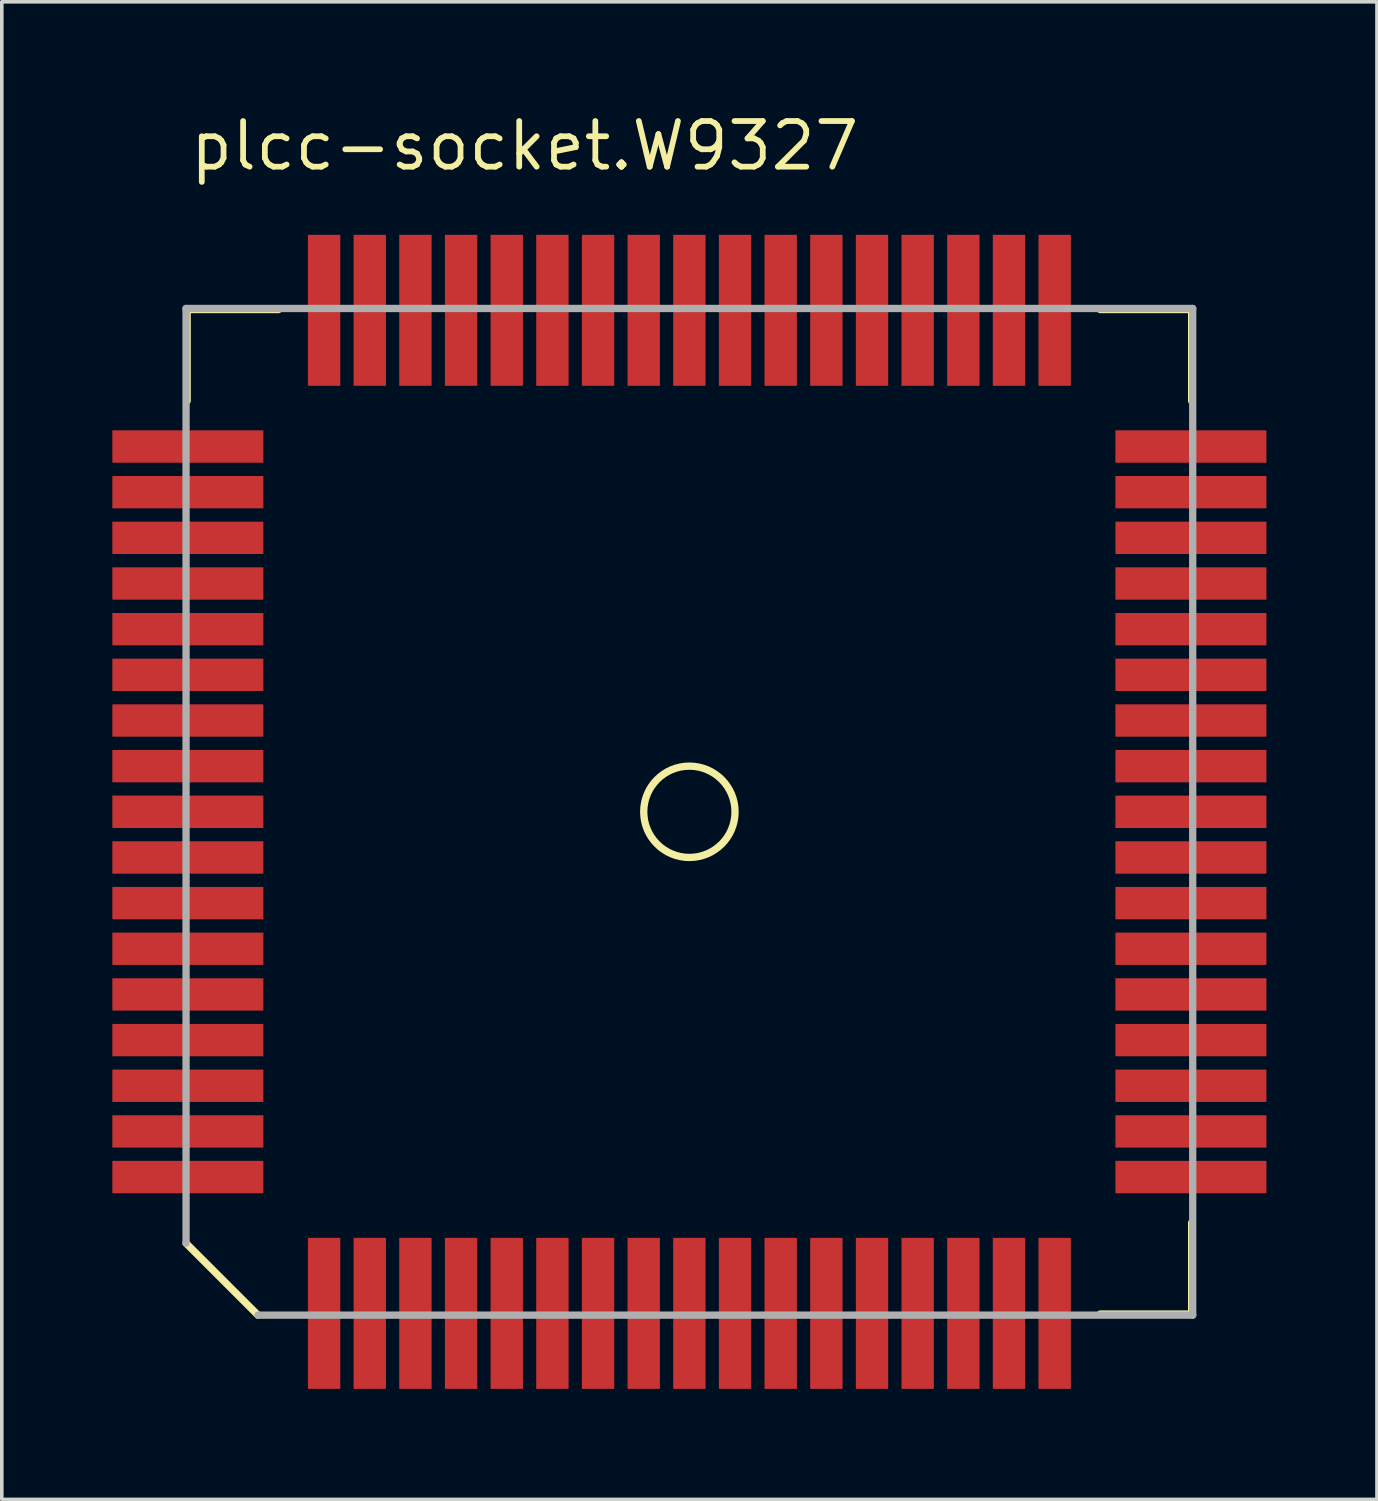
<source format=kicad_pcb>
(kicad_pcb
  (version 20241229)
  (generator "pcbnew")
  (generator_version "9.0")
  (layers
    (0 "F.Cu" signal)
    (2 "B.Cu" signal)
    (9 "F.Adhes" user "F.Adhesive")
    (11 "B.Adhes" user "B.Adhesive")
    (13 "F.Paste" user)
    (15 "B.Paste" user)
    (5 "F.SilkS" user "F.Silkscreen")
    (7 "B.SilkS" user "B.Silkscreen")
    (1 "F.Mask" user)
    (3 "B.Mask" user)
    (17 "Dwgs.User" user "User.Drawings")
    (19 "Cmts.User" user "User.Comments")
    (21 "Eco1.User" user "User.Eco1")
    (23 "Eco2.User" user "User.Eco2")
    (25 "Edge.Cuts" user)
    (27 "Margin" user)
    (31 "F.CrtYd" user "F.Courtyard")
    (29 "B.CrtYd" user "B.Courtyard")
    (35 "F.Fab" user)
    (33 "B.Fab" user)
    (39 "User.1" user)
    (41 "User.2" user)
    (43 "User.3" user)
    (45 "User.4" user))
  (footprint "plcc-socket.W9327"
    (layer "F.Cu")
    (at 16.125 19.53)
    (property "Reference" "plcc-socket.W9327" (at -13.97 -17.78 0) (layer "F.SilkS") (effects (font (size 1.27 1.27) (thickness 0.16)) (justify left bottom)))
    (attr smd)
    (fp_rect (start -16.1 -9.66) (end -11.8 -10.66) (stroke (width 0.05) (type default)) (fill yes) (layer "F.Mask"))
    (fp_rect (start -16.1 -8.39) (end -11.8 -9.39) (stroke (width 0.05) (type default)) (fill yes) (layer "F.Mask"))
    (fp_rect (start -16.1 -7.12) (end -11.8 -8.12) (stroke (width 0.05) (type default)) (fill yes) (layer "F.Mask"))
    (fp_rect (start -16.1 -5.85) (end -11.8 -6.85) (stroke (width 0.05) (type default)) (fill yes) (layer "F.Mask"))
    (fp_rect (start -16.1 -4.58) (end -11.8 -5.58) (stroke (width 0.05) (type default)) (fill yes) (layer "F.Mask"))
    (fp_rect (start -16.1 -3.31) (end -11.8 -4.31) (stroke (width 0.05) (type default)) (fill yes) (layer "F.Mask"))
    (fp_rect (start -16.1 -2.04) (end -11.8 -3.04) (stroke (width 0.05) (type default)) (fill yes) (layer "F.Mask"))
    (fp_rect (start -16.1 -0.77) (end -11.8 -1.77) (stroke (width 0.05) (type default)) (fill yes) (layer "F.Mask"))
    (fp_rect (start -16.1 0.5) (end -11.8 -0.5) (stroke (width 0.05) (type default)) (fill yes) (layer "F.Mask"))
    (fp_rect (start -16.1 1.77) (end -11.8 0.77) (stroke (width 0.05) (type default)) (fill yes) (layer "F.Mask"))
    (fp_rect (start -16.1 3.04) (end -11.8 2.04) (stroke (width 0.05) (type default)) (fill yes) (layer "F.Mask"))
    (fp_rect (start -16.1 4.31) (end -11.8 3.31) (stroke (width 0.05) (type default)) (fill yes) (layer "F.Mask"))
    (fp_rect (start -16.1 5.58) (end -11.8 4.58) (stroke (width 0.05) (type default)) (fill yes) (layer "F.Mask"))
    (fp_rect (start -16.1 6.85) (end -11.8 5.85) (stroke (width 0.05) (type default)) (fill yes) (layer "F.Mask"))
    (fp_rect (start -16.1 8.12) (end -11.8 7.12) (stroke (width 0.05) (type default)) (fill yes) (layer "F.Mask"))
    (fp_rect (start -16.1 9.39) (end -11.8 8.39) (stroke (width 0.05) (type default)) (fill yes) (layer "F.Mask"))
    (fp_rect (start -16.1 10.66) (end -11.8 9.66) (stroke (width 0.05) (type default)) (fill yes) (layer "F.Mask"))
    (fp_rect (start -10.66 -11.8) (end -9.66 -16.1) (stroke (width 0.05) (type default)) (fill yes) (layer "F.Mask"))
    (fp_rect (start -10.66 16.1) (end -9.66 11.8) (stroke (width 0.05) (type default)) (fill yes) (layer "F.Mask"))
    (fp_rect (start -9.39 -11.8) (end -8.39 -16.1) (stroke (width 0.05) (type default)) (fill yes) (layer "F.Mask"))
    (fp_rect (start -9.39 16.1) (end -8.39 11.8) (stroke (width 0.05) (type default)) (fill yes) (layer "F.Mask"))
    (fp_rect (start -8.12 -11.8) (end -7.12 -16.1) (stroke (width 0.05) (type default)) (fill yes) (layer "F.Mask"))
    (fp_rect (start -8.12 16.1) (end -7.12 11.8) (stroke (width 0.05) (type default)) (fill yes) (layer "F.Mask"))
    (fp_rect (start -6.85 -11.8) (end -5.85 -16.1) (stroke (width 0.05) (type default)) (fill yes) (layer "F.Mask"))
    (fp_rect (start -6.85 16.1) (end -5.85 11.8) (stroke (width 0.05) (type default)) (fill yes) (layer "F.Mask"))
    (fp_rect (start -5.58 -11.8) (end -4.58 -16.1) (stroke (width 0.05) (type default)) (fill yes) (layer "F.Mask"))
    (fp_rect (start -5.58 16.1) (end -4.58 11.8) (stroke (width 0.05) (type default)) (fill yes) (layer "F.Mask"))
    (fp_rect (start -4.31 -11.8) (end -3.31 -16.1) (stroke (width 0.05) (type default)) (fill yes) (layer "F.Mask"))
    (fp_rect (start -4.31 16.1) (end -3.31 11.8) (stroke (width 0.05) (type default)) (fill yes) (layer "F.Mask"))
    (fp_rect (start -3.04 -11.8) (end -2.04 -16.1) (stroke (width 0.05) (type default)) (fill yes) (layer "F.Mask"))
    (fp_rect (start -3.04 16.1) (end -2.04 11.8) (stroke (width 0.05) (type default)) (fill yes) (layer "F.Mask"))
    (fp_rect (start -1.77 -11.8) (end -0.77 -16.1) (stroke (width 0.05) (type default)) (fill yes) (layer "F.Mask"))
    (fp_rect (start -1.77 16.1) (end -0.77 11.8) (stroke (width 0.05) (type default)) (fill yes) (layer "F.Mask"))
    (fp_rect (start -0.5 -11.8) (end 0.5 -16.1) (stroke (width 0.05) (type default)) (fill yes) (layer "F.Mask"))
    (fp_rect (start -0.5 16.1) (end 0.5 11.8) (stroke (width 0.05) (type default)) (fill yes) (layer "F.Mask"))
    (fp_rect (start 0.77 -11.8) (end 1.77 -16.1) (stroke (width 0.05) (type default)) (fill yes) (layer "F.Mask"))
    (fp_rect (start 0.77 16.1) (end 1.77 11.8) (stroke (width 0.05) (type default)) (fill yes) (layer "F.Mask"))
    (fp_rect (start 2.04 -11.8) (end 3.04 -16.1) (stroke (width 0.05) (type default)) (fill yes) (layer "F.Mask"))
    (fp_rect (start 2.04 16.1) (end 3.04 11.8) (stroke (width 0.05) (type default)) (fill yes) (layer "F.Mask"))
    (fp_rect (start 3.31 -11.8) (end 4.31 -16.1) (stroke (width 0.05) (type default)) (fill yes) (layer "F.Mask"))
    (fp_rect (start 3.31 16.1) (end 4.31 11.8) (stroke (width 0.05) (type default)) (fill yes) (layer "F.Mask"))
    (fp_rect (start 4.58 -11.8) (end 5.58 -16.1) (stroke (width 0.05) (type default)) (fill yes) (layer "F.Mask"))
    (fp_rect (start 4.58 16.1) (end 5.58 11.8) (stroke (width 0.05) (type default)) (fill yes) (layer "F.Mask"))
    (fp_rect (start 5.85 -11.8) (end 6.85 -16.1) (stroke (width 0.05) (type default)) (fill yes) (layer "F.Mask"))
    (fp_rect (start 5.85 16.1) (end 6.85 11.8) (stroke (width 0.05) (type default)) (fill yes) (layer "F.Mask"))
    (fp_rect (start 7.12 -11.8) (end 8.12 -16.1) (stroke (width 0.05) (type default)) (fill yes) (layer "F.Mask"))
    (fp_rect (start 7.12 16.1) (end 8.12 11.8) (stroke (width 0.05) (type default)) (fill yes) (layer "F.Mask"))
    (fp_rect (start 8.39 -11.8) (end 9.39 -16.1) (stroke (width 0.05) (type default)) (fill yes) (layer "F.Mask"))
    (fp_rect (start 8.39 16.1) (end 9.39 11.8) (stroke (width 0.05) (type default)) (fill yes) (layer "F.Mask"))
    (fp_rect (start 9.66 -11.8) (end 10.66 -16.1) (stroke (width 0.05) (type default)) (fill yes) (layer "F.Mask"))
    (fp_rect (start 9.66 16.1) (end 10.66 11.8) (stroke (width 0.05) (type default)) (fill yes) (layer "F.Mask"))
    (fp_rect (start 11.8 -9.66) (end 16.1 -10.66) (stroke (width 0.05) (type default)) (fill yes) (layer "F.Mask"))
    (fp_rect (start 11.8 -8.39) (end 16.1 -9.39) (stroke (width 0.05) (type default)) (fill yes) (layer "F.Mask"))
    (fp_rect (start 11.8 -7.12) (end 16.1 -8.12) (stroke (width 0.05) (type default)) (fill yes) (layer "F.Mask"))
    (fp_rect (start 11.8 -5.85) (end 16.1 -6.85) (stroke (width 0.05) (type default)) (fill yes) (layer "F.Mask"))
    (fp_rect (start 11.8 -4.58) (end 16.1 -5.58) (stroke (width 0.05) (type default)) (fill yes) (layer "F.Mask"))
    (fp_rect (start 11.8 -3.31) (end 16.1 -4.31) (stroke (width 0.05) (type default)) (fill yes) (layer "F.Mask"))
    (fp_rect (start 11.8 -2.04) (end 16.1 -3.04) (stroke (width 0.05) (type default)) (fill yes) (layer "F.Mask"))
    (fp_rect (start 11.8 -0.77) (end 16.1 -1.77) (stroke (width 0.05) (type default)) (fill yes) (layer "F.Mask"))
    (fp_rect (start 11.8 0.5) (end 16.1 -0.5) (stroke (width 0.05) (type default)) (fill yes) (layer "F.Mask"))
    (fp_rect (start 11.8 1.77) (end 16.1 0.77) (stroke (width 0.05) (type default)) (fill yes) (layer "F.Mask"))
    (fp_rect (start 11.8 3.04) (end 16.1 2.04) (stroke (width 0.05) (type default)) (fill yes) (layer "F.Mask"))
    (fp_rect (start 11.8 4.31) (end 16.1 3.31) (stroke (width 0.05) (type default)) (fill yes) (layer "F.Mask"))
    (fp_rect (start 11.8 5.58) (end 16.1 4.58) (stroke (width 0.05) (type default)) (fill yes) (layer "F.Mask"))
    (fp_rect (start 11.8 6.85) (end 16.1 5.85) (stroke (width 0.05) (type default)) (fill yes) (layer "F.Mask"))
    (fp_rect (start 11.8 8.12) (end 16.1 7.12) (stroke (width 0.05) (type default)) (fill yes) (layer "F.Mask"))
    (fp_rect (start 11.8 9.39) (end 16.1 8.39) (stroke (width 0.05) (type default)) (fill yes) (layer "F.Mask"))
    (fp_rect (start 11.8 10.66) (end 16.1 9.66) (stroke (width 0.05) (type default)) (fill yes) (layer "F.Mask"))
    (fp_line (start -13.97 -13.97) (end -11.43 -13.97) (stroke (width 0.203) (type default)) (layer "F.SilkS"))
    (fp_line (start -13.97 -11.43) (end -13.97 -13.97) (stroke (width 0.203) (type default)) (layer "F.SilkS"))
    (fp_line (start -12 14) (end -14 12) (stroke (width 0.203) (type default)) (layer "F.SilkS"))
    (fp_line (start 11.43 -13.97) (end 13.97 -13.97) (stroke (width 0.203) (type default)) (layer "F.SilkS"))
    (fp_line (start 13.97 -13.97) (end 13.97 -11.43) (stroke (width 0.203) (type default)) (layer "F.SilkS"))
    (fp_line (start 13.97 11.43) (end 13.97 13.97) (stroke (width 0.203) (type default)) (layer "F.SilkS"))
    (fp_line (start 13.97 13.97) (end 11.43 13.97) (stroke (width 0.203) (type default)) (layer "F.SilkS"))
    (fp_circle (center 0 0) (end 1.27 0) (stroke (width 0.203) (type default)) (fill no) (layer "F.SilkS"))
    (fp_rect (start -16 -9.735) (end -11.9 -10.585) (stroke (width 0.05) (type default)) (fill yes) (layer "F.Paste"))
    (fp_rect (start -16 -8.465) (end -11.9 -9.315) (stroke (width 0.05) (type default)) (fill yes) (layer "F.Paste"))
    (fp_rect (start -16 -7.195) (end -11.9 -8.045) (stroke (width 0.05) (type default)) (fill yes) (layer "F.Paste"))
    (fp_rect (start -16 -5.925) (end -11.9 -6.775) (stroke (width 0.05) (type default)) (fill yes) (layer "F.Paste"))
    (fp_rect (start -16 -4.655) (end -11.9 -5.505) (stroke (width 0.05) (type default)) (fill yes) (layer "F.Paste"))
    (fp_rect (start -16 -3.385) (end -11.9 -4.235) (stroke (width 0.05) (type default)) (fill yes) (layer "F.Paste"))
    (fp_rect (start -16 -2.115) (end -11.9 -2.965) (stroke (width 0.05) (type default)) (fill yes) (layer "F.Paste"))
    (fp_rect (start -16 -0.845) (end -11.9 -1.695) (stroke (width 0.05) (type default)) (fill yes) (layer "F.Paste"))
    (fp_rect (start -16 0.425) (end -11.9 -0.425) (stroke (width 0.05) (type default)) (fill yes) (layer "F.Paste"))
    (fp_rect (start -16 1.695) (end -11.9 0.845) (stroke (width 0.05) (type default)) (fill yes) (layer "F.Paste"))
    (fp_rect (start -16 2.965) (end -11.9 2.115) (stroke (width 0.05) (type default)) (fill yes) (layer "F.Paste"))
    (fp_rect (start -16 4.235) (end -11.9 3.385) (stroke (width 0.05) (type default)) (fill yes) (layer "F.Paste"))
    (fp_rect (start -16 5.505) (end -11.9 4.655) (stroke (width 0.05) (type default)) (fill yes) (layer "F.Paste"))
    (fp_rect (start -16 6.775) (end -11.9 5.925) (stroke (width 0.05) (type default)) (fill yes) (layer "F.Paste"))
    (fp_rect (start -16 8.045) (end -11.9 7.195) (stroke (width 0.05) (type default)) (fill yes) (layer "F.Paste"))
    (fp_rect (start -16 9.315) (end -11.9 8.465) (stroke (width 0.05) (type default)) (fill yes) (layer "F.Paste"))
    (fp_rect (start -16 10.585) (end -11.9 9.735) (stroke (width 0.05) (type default)) (fill yes) (layer "F.Paste"))
    (fp_rect (start -10.585 -11.9) (end -9.735 -16) (stroke (width 0.05) (type default)) (fill yes) (layer "F.Paste"))
    (fp_rect (start -10.585 16) (end -9.735 11.9) (stroke (width 0.05) (type default)) (fill yes) (layer "F.Paste"))
    (fp_rect (start -9.315 -11.9) (end -8.465 -16) (stroke (width 0.05) (type default)) (fill yes) (layer "F.Paste"))
    (fp_rect (start -9.315 16) (end -8.465 11.9) (stroke (width 0.05) (type default)) (fill yes) (layer "F.Paste"))
    (fp_rect (start -8.045 -11.9) (end -7.195 -16) (stroke (width 0.05) (type default)) (fill yes) (layer "F.Paste"))
    (fp_rect (start -8.045 16) (end -7.195 11.9) (stroke (width 0.05) (type default)) (fill yes) (layer "F.Paste"))
    (fp_rect (start -6.775 -11.9) (end -5.925 -16) (stroke (width 0.05) (type default)) (fill yes) (layer "F.Paste"))
    (fp_rect (start -6.775 16) (end -5.925 11.9) (stroke (width 0.05) (type default)) (fill yes) (layer "F.Paste"))
    (fp_rect (start -5.505 -11.9) (end -4.655 -16) (stroke (width 0.05) (type default)) (fill yes) (layer "F.Paste"))
    (fp_rect (start -5.505 16) (end -4.655 11.9) (stroke (width 0.05) (type default)) (fill yes) (layer "F.Paste"))
    (fp_rect (start -4.235 -11.9) (end -3.385 -16) (stroke (width 0.05) (type default)) (fill yes) (layer "F.Paste"))
    (fp_rect (start -4.235 16) (end -3.385 11.9) (stroke (width 0.05) (type default)) (fill yes) (layer "F.Paste"))
    (fp_rect (start -2.965 -11.9) (end -2.115 -16) (stroke (width 0.05) (type default)) (fill yes) (layer "F.Paste"))
    (fp_rect (start -2.965 16) (end -2.115 11.9) (stroke (width 0.05) (type default)) (fill yes) (layer "F.Paste"))
    (fp_rect (start -1.695 -11.9) (end -0.845 -16) (stroke (width 0.05) (type default)) (fill yes) (layer "F.Paste"))
    (fp_rect (start -1.695 16) (end -0.845 11.9) (stroke (width 0.05) (type default)) (fill yes) (layer "F.Paste"))
    (fp_rect (start -0.425 -11.9) (end 0.425 -16) (stroke (width 0.05) (type default)) (fill yes) (layer "F.Paste"))
    (fp_rect (start -0.425 16) (end 0.425 11.9) (stroke (width 0.05) (type default)) (fill yes) (layer "F.Paste"))
    (fp_rect (start 0.845 -11.9) (end 1.695 -16) (stroke (width 0.05) (type default)) (fill yes) (layer "F.Paste"))
    (fp_rect (start 0.845 16) (end 1.695 11.9) (stroke (width 0.05) (type default)) (fill yes) (layer "F.Paste"))
    (fp_rect (start 2.115 -11.9) (end 2.965 -16) (stroke (width 0.05) (type default)) (fill yes) (layer "F.Paste"))
    (fp_rect (start 2.115 16) (end 2.965 11.9) (stroke (width 0.05) (type default)) (fill yes) (layer "F.Paste"))
    (fp_rect (start 3.385 -11.9) (end 4.235 -16) (stroke (width 0.05) (type default)) (fill yes) (layer "F.Paste"))
    (fp_rect (start 3.385 16) (end 4.235 11.9) (stroke (width 0.05) (type default)) (fill yes) (layer "F.Paste"))
    (fp_rect (start 4.655 -11.9) (end 5.505 -16) (stroke (width 0.05) (type default)) (fill yes) (layer "F.Paste"))
    (fp_rect (start 4.655 16) (end 5.505 11.9) (stroke (width 0.05) (type default)) (fill yes) (layer "F.Paste"))
    (fp_rect (start 5.925 -11.9) (end 6.775 -16) (stroke (width 0.05) (type default)) (fill yes) (layer "F.Paste"))
    (fp_rect (start 5.925 16) (end 6.775 11.9) (stroke (width 0.05) (type default)) (fill yes) (layer "F.Paste"))
    (fp_rect (start 7.195 -11.9) (end 8.045 -16) (stroke (width 0.05) (type default)) (fill yes) (layer "F.Paste"))
    (fp_rect (start 7.195 16) (end 8.045 11.9) (stroke (width 0.05) (type default)) (fill yes) (layer "F.Paste"))
    (fp_rect (start 8.465 -11.9) (end 9.315 -16) (stroke (width 0.05) (type default)) (fill yes) (layer "F.Paste"))
    (fp_rect (start 8.465 16) (end 9.315 11.9) (stroke (width 0.05) (type default)) (fill yes) (layer "F.Paste"))
    (fp_rect (start 9.735 -11.9) (end 10.585 -16) (stroke (width 0.05) (type default)) (fill yes) (layer "F.Paste"))
    (fp_rect (start 9.735 16) (end 10.585 11.9) (stroke (width 0.05) (type default)) (fill yes) (layer "F.Paste"))
    (fp_rect (start 11.9 -9.735) (end 16 -10.585) (stroke (width 0.05) (type default)) (fill yes) (layer "F.Paste"))
    (fp_rect (start 11.9 -8.465) (end 16 -9.315) (stroke (width 0.05) (type default)) (fill yes) (layer "F.Paste"))
    (fp_rect (start 11.9 -7.195) (end 16 -8.045) (stroke (width 0.05) (type default)) (fill yes) (layer "F.Paste"))
    (fp_rect (start 11.9 -5.925) (end 16 -6.775) (stroke (width 0.05) (type default)) (fill yes) (layer "F.Paste"))
    (fp_rect (start 11.9 -4.655) (end 16 -5.505) (stroke (width 0.05) (type default)) (fill yes) (layer "F.Paste"))
    (fp_rect (start 11.9 -3.385) (end 16 -4.235) (stroke (width 0.05) (type default)) (fill yes) (layer "F.Paste"))
    (fp_rect (start 11.9 -2.115) (end 16 -2.965) (stroke (width 0.05) (type default)) (fill yes) (layer "F.Paste"))
    (fp_rect (start 11.9 -0.845) (end 16 -1.695) (stroke (width 0.05) (type default)) (fill yes) (layer "F.Paste"))
    (fp_rect (start 11.9 0.425) (end 16 -0.425) (stroke (width 0.05) (type default)) (fill yes) (layer "F.Paste"))
    (fp_rect (start 11.9 1.695) (end 16 0.845) (stroke (width 0.05) (type default)) (fill yes) (layer "F.Paste"))
    (fp_rect (start 11.9 2.965) (end 16 2.115) (stroke (width 0.05) (type default)) (fill yes) (layer "F.Paste"))
    (fp_rect (start 11.9 4.235) (end 16 3.385) (stroke (width 0.05) (type default)) (fill yes) (layer "F.Paste"))
    (fp_rect (start 11.9 5.505) (end 16 4.655) (stroke (width 0.05) (type default)) (fill yes) (layer "F.Paste"))
    (fp_rect (start 11.9 6.775) (end 16 5.925) (stroke (width 0.05) (type default)) (fill yes) (layer "F.Paste"))
    (fp_rect (start 11.9 8.045) (end 16 7.195) (stroke (width 0.05) (type default)) (fill yes) (layer "F.Paste"))
    (fp_rect (start 11.9 9.315) (end 16 8.465) (stroke (width 0.05) (type default)) (fill yes) (layer "F.Paste"))
    (fp_rect (start 11.9 10.585) (end 16 9.735) (stroke (width 0.05) (type default)) (fill yes) (layer "F.Paste"))
    (fp_line (start -14 -14) (end 14 -14) (stroke (width 0.203) (type default)) (layer "F.Fab"))
    (fp_line (start -14 12) (end -14 -14) (stroke (width 0.203) (type default)) (layer "F.Fab"))
    (fp_line (start 14 -14) (end 14 14) (stroke (width 0.203) (type default)) (layer "F.Fab"))
    (fp_line (start 14 14) (end -12 14) (stroke (width 0.203) (type default)) (layer "F.Fab"))
    (pad "1" smd roundrect (at -13.95 0) (size 4.2 0.9) (layers "F.Cu" "F.Mask" "F.Paste") (roundrect_rratio 0.01))
    (pad "2" smd roundrect (at -13.95 1.27) (size 4.2 0.9) (layers "F.Cu" "F.Mask" "F.Paste") (roundrect_rratio 0.01))
    (pad "3" smd roundrect (at -13.95 2.54) (size 4.2 0.9) (layers "F.Cu" "F.Mask" "F.Paste") (roundrect_rratio 0.01))
    (pad "4" smd roundrect (at -13.95 3.81) (size 4.2 0.9) (layers "F.Cu" "F.Mask" "F.Paste") (roundrect_rratio 0.01))
    (pad "5" smd roundrect (at -13.95 5.08) (size 4.2 0.9) (layers "F.Cu" "F.Mask" "F.Paste") (roundrect_rratio 0.01))
    (pad "6" smd roundrect (at -13.95 6.35) (size 4.2 0.9) (layers "F.Cu" "F.Mask" "F.Paste") (roundrect_rratio 0.01))
    (pad "7" smd roundrect (at -13.95 7.62) (size 4.2 0.9) (layers "F.Cu" "F.Mask" "F.Paste") (roundrect_rratio 0.01))
    (pad "8" smd roundrect (at -13.95 8.89) (size 4.2 0.9) (layers "F.Cu" "F.Mask" "F.Paste") (roundrect_rratio 0.01))
    (pad "9" smd roundrect (at -13.95 10.16) (size 4.2 0.9) (layers "F.Cu" "F.Mask" "F.Paste") (roundrect_rratio 0.01))
    (pad "10" smd roundrect (at -10.16 13.95 90) (size 4.2 0.9) (layers "F.Cu" "F.Mask" "F.Paste") (roundrect_rratio 0.01))
    (pad "11" smd roundrect (at -8.89 13.95 90) (size 4.2 0.9) (layers "F.Cu" "F.Mask" "F.Paste") (roundrect_rratio 0.01))
    (pad "12" smd roundrect (at -7.62 13.95 90) (size 4.2 0.9) (layers "F.Cu" "F.Mask" "F.Paste") (roundrect_rratio 0.01))
    (pad "13" smd roundrect (at -6.35 13.95 90) (size 4.2 0.9) (layers "F.Cu" "F.Mask" "F.Paste") (roundrect_rratio 0.01))
    (pad "14" smd roundrect (at -5.08 13.95 90) (size 4.2 0.9) (layers "F.Cu" "F.Mask" "F.Paste") (roundrect_rratio 0.01))
    (pad "15" smd roundrect (at -3.81 13.95 90) (size 4.2 0.9) (layers "F.Cu" "F.Mask" "F.Paste") (roundrect_rratio 0.01))
    (pad "16" smd roundrect (at -2.54 13.95 90) (size 4.2 0.9) (layers "F.Cu" "F.Mask" "F.Paste") (roundrect_rratio 0.01))
    (pad "17" smd roundrect (at -1.27 13.95 90) (size 4.2 0.9) (layers "F.Cu" "F.Mask" "F.Paste") (roundrect_rratio 0.01))
    (pad "18" smd roundrect (at 0 13.95 90) (size 4.2 0.9) (layers "F.Cu" "F.Mask" "F.Paste") (roundrect_rratio 0.01))
    (pad "19" smd roundrect (at 1.27 13.95 90) (size 4.2 0.9) (layers "F.Cu" "F.Mask" "F.Paste") (roundrect_rratio 0.01))
    (pad "20" smd roundrect (at 2.54 13.95 90) (size 4.2 0.9) (layers "F.Cu" "F.Mask" "F.Paste") (roundrect_rratio 0.01))
    (pad "21" smd roundrect (at 3.81 13.95 90) (size 4.2 0.9) (layers "F.Cu" "F.Mask" "F.Paste") (roundrect_rratio 0.01))
    (pad "22" smd roundrect (at 5.08 13.95 90) (size 4.2 0.9) (layers "F.Cu" "F.Mask" "F.Paste") (roundrect_rratio 0.01))
    (pad "23" smd roundrect (at 6.35 13.95 90) (size 4.2 0.9) (layers "F.Cu" "F.Mask" "F.Paste") (roundrect_rratio 0.01))
    (pad "24" smd roundrect (at 7.62 13.95 90) (size 4.2 0.9) (layers "F.Cu" "F.Mask" "F.Paste") (roundrect_rratio 0.01))
    (pad "25" smd roundrect (at 8.89 13.95 90) (size 4.2 0.9) (layers "F.Cu" "F.Mask" "F.Paste") (roundrect_rratio 0.01))
    (pad "26" smd roundrect (at 10.16 13.95 90) (size 4.2 0.9) (layers "F.Cu" "F.Mask" "F.Paste") (roundrect_rratio 0.01))
    (pad "27" smd roundrect (at 13.95 10.16 180) (size 4.2 0.9) (layers "F.Cu" "F.Mask" "F.Paste") (roundrect_rratio 0.01))
    (pad "28" smd roundrect (at 13.95 8.89 180) (size 4.2 0.9) (layers "F.Cu" "F.Mask" "F.Paste") (roundrect_rratio 0.01))
    (pad "29" smd roundrect (at 13.95 7.62 180) (size 4.2 0.9) (layers "F.Cu" "F.Mask" "F.Paste") (roundrect_rratio 0.01))
    (pad "30" smd roundrect (at 13.95 6.35 180) (size 4.2 0.9) (layers "F.Cu" "F.Mask" "F.Paste") (roundrect_rratio 0.01))
    (pad "31" smd roundrect (at 13.95 5.08 180) (size 4.2 0.9) (layers "F.Cu" "F.Mask" "F.Paste") (roundrect_rratio 0.01))
    (pad "32" smd roundrect (at 13.95 3.81 180) (size 4.2 0.9) (layers "F.Cu" "F.Mask" "F.Paste") (roundrect_rratio 0.01))
    (pad "33" smd roundrect (at 13.95 2.54 180) (size 4.2 0.9) (layers "F.Cu" "F.Mask" "F.Paste") (roundrect_rratio 0.01))
    (pad "34" smd roundrect (at 13.95 1.27 180) (size 4.2 0.9) (layers "F.Cu" "F.Mask" "F.Paste") (roundrect_rratio 0.01))
    (pad "35" smd roundrect (at 13.95 0 180) (size 4.2 0.9) (layers "F.Cu" "F.Mask" "F.Paste") (roundrect_rratio 0.01))
    (pad "36" smd roundrect (at 13.95 -1.27 180) (size 4.2 0.9) (layers "F.Cu" "F.Mask" "F.Paste") (roundrect_rratio 0.01))
    (pad "37" smd roundrect (at 13.95 -2.54 180) (size 4.2 0.9) (layers "F.Cu" "F.Mask" "F.Paste") (roundrect_rratio 0.01))
    (pad "38" smd roundrect (at 13.95 -3.81 180) (size 4.2 0.9) (layers "F.Cu" "F.Mask" "F.Paste") (roundrect_rratio 0.01))
    (pad "39" smd roundrect (at 13.95 -5.08 180) (size 4.2 0.9) (layers "F.Cu" "F.Mask" "F.Paste") (roundrect_rratio 0.01))
    (pad "40" smd roundrect (at 13.95 -6.35 180) (size 4.2 0.9) (layers "F.Cu" "F.Mask" "F.Paste") (roundrect_rratio 0.01))
    (pad "41" smd roundrect (at 13.95 -7.62 180) (size 4.2 0.9) (layers "F.Cu" "F.Mask" "F.Paste") (roundrect_rratio 0.01))
    (pad "42" smd roundrect (at 13.95 -8.89 180) (size 4.2 0.9) (layers "F.Cu" "F.Mask" "F.Paste") (roundrect_rratio 0.01))
    (pad "43" smd roundrect (at 13.95 -10.16 180) (size 4.2 0.9) (layers "F.Cu" "F.Mask" "F.Paste") (roundrect_rratio 0.01))
    (pad "44" smd roundrect (at 10.16 -13.95 270) (size 4.2 0.9) (layers "F.Cu" "F.Mask" "F.Paste") (roundrect_rratio 0.01))
    (pad "45" smd roundrect (at 8.89 -13.95 270) (size 4.2 0.9) (layers "F.Cu" "F.Mask" "F.Paste") (roundrect_rratio 0.01))
    (pad "46" smd roundrect (at 7.62 -13.95 270) (size 4.2 0.9) (layers "F.Cu" "F.Mask" "F.Paste") (roundrect_rratio 0.01))
    (pad "47" smd roundrect (at 6.35 -13.95 270) (size 4.2 0.9) (layers "F.Cu" "F.Mask" "F.Paste") (roundrect_rratio 0.01))
    (pad "48" smd roundrect (at 5.08 -13.95 270) (size 4.2 0.9) (layers "F.Cu" "F.Mask" "F.Paste") (roundrect_rratio 0.01))
    (pad "49" smd roundrect (at 3.81 -13.95 270) (size 4.2 0.9) (layers "F.Cu" "F.Mask" "F.Paste") (roundrect_rratio 0.01))
    (pad "50" smd roundrect (at 2.54 -13.95 270) (size 4.2 0.9) (layers "F.Cu" "F.Mask" "F.Paste") (roundrect_rratio 0.01))
    (pad "51" smd roundrect (at 1.27 -13.95 270) (size 4.2 0.9) (layers "F.Cu" "F.Mask" "F.Paste") (roundrect_rratio 0.01))
    (pad "52" smd roundrect (at 0 -13.95 270) (size 4.2 0.9) (layers "F.Cu" "F.Mask" "F.Paste") (roundrect_rratio 0.01))
    (pad "53" smd roundrect (at -1.27 -13.95 270) (size 4.2 0.9) (layers "F.Cu" "F.Mask" "F.Paste") (roundrect_rratio 0.01))
    (pad "54" smd roundrect (at -2.54 -13.95 270) (size 4.2 0.9) (layers "F.Cu" "F.Mask" "F.Paste") (roundrect_rratio 0.01))
    (pad "55" smd roundrect (at -3.81 -13.95 270) (size 4.2 0.9) (layers "F.Cu" "F.Mask" "F.Paste") (roundrect_rratio 0.01))
    (pad "56" smd roundrect (at -5.08 -13.95 270) (size 4.2 0.9) (layers "F.Cu" "F.Mask" "F.Paste") (roundrect_rratio 0.01))
    (pad "57" smd roundrect (at -6.35 -13.95 270) (size 4.2 0.9) (layers "F.Cu" "F.Mask" "F.Paste") (roundrect_rratio 0.01))
    (pad "58" smd roundrect (at -7.62 -13.95 270) (size 4.2 0.9) (layers "F.Cu" "F.Mask" "F.Paste") (roundrect_rratio 0.01))
    (pad "59" smd roundrect (at -8.89 -13.95 270) (size 4.2 0.9) (layers "F.Cu" "F.Mask" "F.Paste") (roundrect_rratio 0.01))
    (pad "60" smd roundrect (at -10.16 -13.95 270) (size 4.2 0.9) (layers "F.Cu" "F.Mask" "F.Paste") (roundrect_rratio 0.01))
    (pad "61" smd roundrect (at -13.95 -10.16) (size 4.2 0.9) (layers "F.Cu" "F.Mask" "F.Paste") (roundrect_rratio 0.01))
    (pad "62" smd roundrect (at -13.95 -8.89) (size 4.2 0.9) (layers "F.Cu" "F.Mask" "F.Paste") (roundrect_rratio 0.01))
    (pad "63" smd roundrect (at -13.95 -7.62) (size 4.2 0.9) (layers "F.Cu" "F.Mask" "F.Paste") (roundrect_rratio 0.01))
    (pad "64" smd roundrect (at -13.95 -6.35) (size 4.2 0.9) (layers "F.Cu" "F.Mask" "F.Paste") (roundrect_rratio 0.01))
    (pad "65" smd roundrect (at -13.95 -5.08) (size 4.2 0.9) (layers "F.Cu" "F.Mask" "F.Paste") (roundrect_rratio 0.01))
    (pad "66" smd roundrect (at -13.95 -3.81) (size 4.2 0.9) (layers "F.Cu" "F.Mask" "F.Paste") (roundrect_rratio 0.01))
    (pad "67" smd roundrect (at -13.95 -2.54) (size 4.2 0.9) (layers "F.Cu" "F.Mask" "F.Paste") (roundrect_rratio 0.01))
    (pad "68" smd roundrect (at -13.95 -1.27) (size 4.2 0.9) (layers "F.Cu" "F.Mask" "F.Paste") (roundrect_rratio 0.01)))
  (gr_rect
    (start -3 -3)
    (end 35.25 38.655)
    (stroke (width 0.1) (type default))
    (fill no)
    (layer "Edge.Cuts")))
</source>
